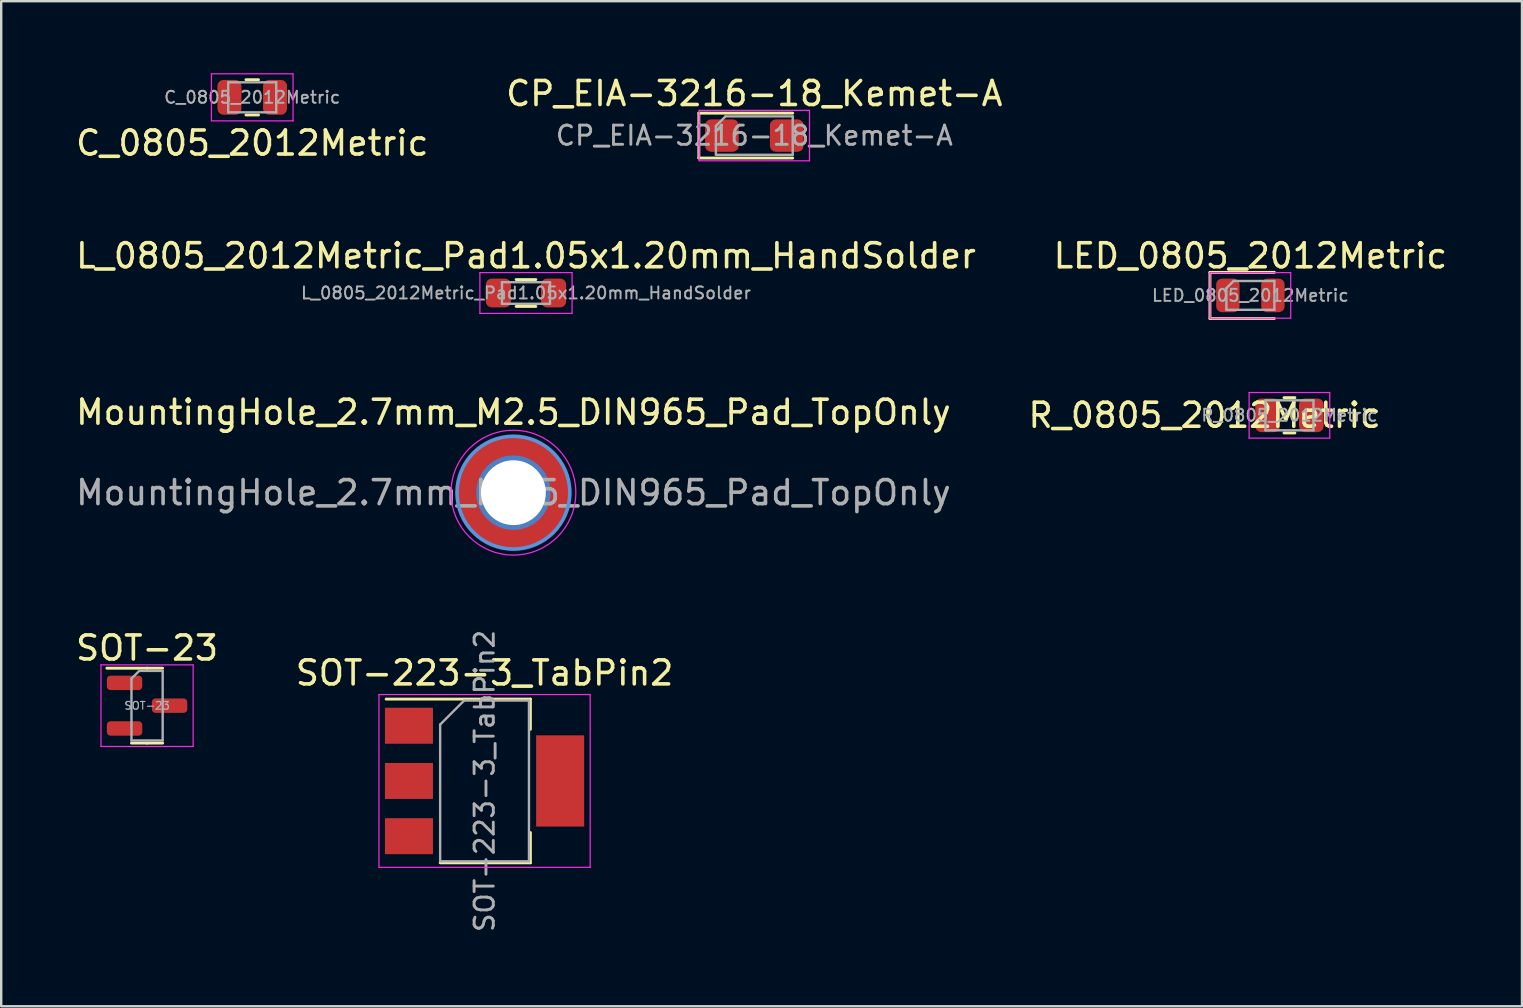
<source format=kicad_pcb>
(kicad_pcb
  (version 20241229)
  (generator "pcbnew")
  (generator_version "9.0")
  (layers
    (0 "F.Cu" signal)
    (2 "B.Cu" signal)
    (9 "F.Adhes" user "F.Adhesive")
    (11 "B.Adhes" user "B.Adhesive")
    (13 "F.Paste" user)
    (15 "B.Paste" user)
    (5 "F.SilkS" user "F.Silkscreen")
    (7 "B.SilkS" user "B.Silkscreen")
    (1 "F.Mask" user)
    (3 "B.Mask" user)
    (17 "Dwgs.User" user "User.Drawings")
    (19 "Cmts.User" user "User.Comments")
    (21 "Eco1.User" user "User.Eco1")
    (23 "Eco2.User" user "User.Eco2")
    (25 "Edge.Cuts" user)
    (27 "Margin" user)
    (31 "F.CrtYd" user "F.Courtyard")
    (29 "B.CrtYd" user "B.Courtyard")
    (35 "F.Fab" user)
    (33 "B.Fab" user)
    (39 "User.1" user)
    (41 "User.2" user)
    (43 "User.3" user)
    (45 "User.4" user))
  (footprint "R_0805_2012Metric"
    (layer "F.Cu")
    (at 50.669 14.252)
    (property "Reference" "R_0805_2012Metric" (at -3.533 0 0) (layer "F.SilkS") (effects (font (size 1 1) (thickness 0.15))))
    (attr smd)
    (fp_line (start -0.227 -0.735) (end 0.227 -0.735) (stroke (width 0.12) (type solid)) (layer "F.SilkS"))
    (fp_line (start -0.227 0.735) (end 0.227 0.735) (stroke (width 0.12) (type solid)) (layer "F.SilkS"))
    (fp_line (start -1.68 -0.95) (end 1.68 -0.95) (stroke (width 0.05) (type solid)) (layer "F.CrtYd"))
    (fp_line (start -1.68 0.95) (end -1.68 -0.95) (stroke (width 0.05) (type solid)) (layer "F.CrtYd"))
    (fp_line (start 1.68 -0.95) (end 1.68 0.95) (stroke (width 0.05) (type solid)) (layer "F.CrtYd"))
    (fp_line (start 1.68 0.95) (end -1.68 0.95) (stroke (width 0.05) (type solid)) (layer "F.CrtYd"))
    (fp_line (start -1 -0.625) (end 1 -0.625) (stroke (width 0.1) (type solid)) (layer "F.Fab"))
    (fp_line (start -1 0.625) (end -1 -0.625) (stroke (width 0.1) (type solid)) (layer "F.Fab"))
    (fp_line (start 1 -0.625) (end 1 0.625) (stroke (width 0.1) (type solid)) (layer "F.Fab"))
    (fp_line (start 1 0.625) (end -1 0.625) (stroke (width 0.1) (type solid)) (layer "F.Fab"))
    (fp_text user "${REFERENCE}" (at 0 0 0) (layer "F.Fab") (effects (font (size 0.5 0.5) (thickness 0.08))))
    (pad "1" smd roundrect (at -0.912 0) (size 1.025 1.4) (layers "F.Cu" "F.Mask" "F.Paste") (roundrect_rratio 0.244))
    (pad "2" smd roundrect (at 0.912 0) (size 1.025 1.4) (layers "F.Cu" "F.Mask" "F.Paste") (roundrect_rratio 0.244)))
  (footprint "LED_0805_2012Metric"
    (layer "F.Cu")
    (at 49.042 9.257)
    (property "Reference" "LED_0805_2012Metric" (at 0 -1.65 0) (layer "F.SilkS") (effects (font (size 1 1) (thickness 0.15))))
    (attr smd)
    (fp_line (start -1.685 -0.96) (end -1.685 0.96) (stroke (width 0.12) (type solid)) (layer "F.SilkS"))
    (fp_line (start -1.685 0.96) (end 1 0.96) (stroke (width 0.12) (type solid)) (layer "F.SilkS"))
    (fp_line (start 1 -0.96) (end -1.685 -0.96) (stroke (width 0.12) (type solid)) (layer "F.SilkS"))
    (fp_line (start -1.68 -0.95) (end 1.68 -0.95) (stroke (width 0.05) (type solid)) (layer "F.CrtYd"))
    (fp_line (start -1.68 0.95) (end -1.68 -0.95) (stroke (width 0.05) (type solid)) (layer "F.CrtYd"))
    (fp_line (start 1.68 -0.95) (end 1.68 0.95) (stroke (width 0.05) (type solid)) (layer "F.CrtYd"))
    (fp_line (start 1.68 0.95) (end -1.68 0.95) (stroke (width 0.05) (type solid)) (layer "F.CrtYd"))
    (fp_line (start -1 -0.3) (end -1 0.6) (stroke (width 0.1) (type solid)) (layer "F.Fab"))
    (fp_line (start -1 0.6) (end 1 0.6) (stroke (width 0.1) (type solid)) (layer "F.Fab"))
    (fp_line (start -0.7 -0.6) (end -1 -0.3) (stroke (width 0.1) (type solid)) (layer "F.Fab"))
    (fp_line (start 1 -0.6) (end -0.7 -0.6) (stroke (width 0.1) (type solid)) (layer "F.Fab"))
    (fp_line (start 1 0.6) (end 1 -0.6) (stroke (width 0.1) (type solid)) (layer "F.Fab"))
    (fp_text user "${REFERENCE}" (at 0 0 0) (layer "F.Fab") (effects (font (size 0.5 0.5) (thickness 0.08))))
    (pad "1" smd roundrect (at -0.938 0) (size 0.975 1.4) (layers "F.Cu" "F.Mask" "F.Paste") (roundrect_rratio 0.25))
    (pad "2" smd roundrect (at 0.938 0) (size 0.975 1.4) (layers "F.Cu" "F.Mask" "F.Paste") (roundrect_rratio 0.25)))
  (footprint "SOT-223-3_TabPin2"
    (layer "F.Cu")
    (at 17.137 29.485)
    (property "Reference" "SOT-223-3_TabPin2" (at 0 -4.5 0) (layer "F.SilkS") (effects (font (size 1 1) (thickness 0.15))))
    (attr smd)
    (fp_line (start -4.1 -3.41) (end 1.91 -3.41) (stroke (width 0.12) (type solid)) (layer "F.SilkS"))
    (fp_line (start -1.85 3.41) (end 1.91 3.41) (stroke (width 0.12) (type solid)) (layer "F.SilkS"))
    (fp_line (start 1.91 -3.41) (end 1.91 -2.15) (stroke (width 0.12) (type solid)) (layer "F.SilkS"))
    (fp_line (start 1.91 3.41) (end 1.91 2.15) (stroke (width 0.12) (type solid)) (layer "F.SilkS"))
    (fp_line (start -4.4 -3.6) (end -4.4 3.6) (stroke (width 0.05) (type solid)) (layer "F.CrtYd"))
    (fp_line (start -4.4 3.6) (end 4.4 3.6) (stroke (width 0.05) (type solid)) (layer "F.CrtYd"))
    (fp_line (start 4.4 -3.6) (end -4.4 -3.6) (stroke (width 0.05) (type solid)) (layer "F.CrtYd"))
    (fp_line (start 4.4 3.6) (end 4.4 -3.6) (stroke (width 0.05) (type solid)) (layer "F.CrtYd"))
    (fp_line (start -1.85 -2.35) (end -1.85 3.35) (stroke (width 0.1) (type solid)) (layer "F.Fab"))
    (fp_line (start -1.85 -2.35) (end -0.85 -3.35) (stroke (width 0.1) (type solid)) (layer "F.Fab"))
    (fp_line (start -1.85 3.35) (end 1.85 3.35) (stroke (width 0.1) (type solid)) (layer "F.Fab"))
    (fp_line (start -0.85 -3.35) (end 1.85 -3.35) (stroke (width 0.1) (type solid)) (layer "F.Fab"))
    (fp_line (start 1.85 -3.35) (end 1.85 3.35) (stroke (width 0.1) (type solid)) (layer "F.Fab"))
    (fp_text user "${REFERENCE}" (at 0 0 90) (layer "F.Fab") (effects (font (size 0.8 0.8) (thickness 0.12))))
    (pad "1" smd rect (at -3.15 -2.3) (size 2 1.5) (layers "F.Cu" "F.Mask" "F.Paste"))
    (pad "2" smd rect (at -3.15 0) (size 2 1.5) (layers "F.Cu" "F.Mask" "F.Paste"))
    (pad "2" smd rect (at 3.15 0) (size 2 3.8) (layers "F.Cu" "F.Mask" "F.Paste"))
    (pad "3" smd rect (at -3.15 2.3) (size 2 1.5) (layers "F.Cu" "F.Mask" "F.Paste")))
  (footprint "L_0805_2012Metric_Pad1.05x1.20mm_HandSolder"
    (layer "F.Cu")
    (at 18.863 9.156)
    (property "Reference" "L_0805_2012Metric_Pad1.05x1.20mm_HandSolder" (at 0 -1.55 0) (layer "F.SilkS") (effects (font (size 1 1) (thickness 0.15))))
    (attr smd)
    (fp_line (start -0.41 -0.56) (end 0.41 -0.56) (stroke (width 0.12) (type solid)) (layer "F.SilkS"))
    (fp_line (start -0.41 0.56) (end 0.41 0.56) (stroke (width 0.12) (type solid)) (layer "F.SilkS"))
    (fp_line (start -1.92 -0.85) (end 1.92 -0.85) (stroke (width 0.05) (type solid)) (layer "F.CrtYd"))
    (fp_line (start -1.92 0.85) (end -1.92 -0.85) (stroke (width 0.05) (type solid)) (layer "F.CrtYd"))
    (fp_line (start 1.92 -0.85) (end 1.92 0.85) (stroke (width 0.05) (type solid)) (layer "F.CrtYd"))
    (fp_line (start 1.92 0.85) (end -1.92 0.85) (stroke (width 0.05) (type solid)) (layer "F.CrtYd"))
    (fp_line (start -1 -0.45) (end 1 -0.45) (stroke (width 0.1) (type solid)) (layer "F.Fab"))
    (fp_line (start -1 0.45) (end -1 -0.45) (stroke (width 0.1) (type solid)) (layer "F.Fab"))
    (fp_line (start 1 -0.45) (end 1 0.45) (stroke (width 0.1) (type solid)) (layer "F.Fab"))
    (fp_line (start 1 0.45) (end -1 0.45) (stroke (width 0.1) (type solid)) (layer "F.Fab"))
    (fp_text user "${REFERENCE}" (at 0 0 0) (layer "F.Fab") (effects (font (size 0.5 0.5) (thickness 0.08))))
    (pad "1" smd roundrect (at -1.15 0) (size 1.05 1.2) (layers "F.Cu" "F.Mask" "F.Paste") (roundrect_rratio 0.238))
    (pad "2" smd roundrect (at 1.15 0) (size 1.05 1.2) (layers "F.Cu" "F.Mask" "F.Paste") (roundrect_rratio 0.238)))
  (footprint "MountingHole_2.7mm_M2.5_DIN965_Pad_TopOnly"
    (layer "F.Cu")
    (at 18.339 17.475)
    (property "Reference" "MountingHole_2.7mm_M2.5_DIN965_Pad_TopOnly" (at 0 -3.35 0) (layer "F.SilkS") (effects (font (size 1 1) (thickness 0.15))))
    (attr exclude_from_pos_files)
    (fp_circle (center 0 0) (end 2.35 0) (stroke (width 0.15) (type solid)) (fill no) (layer "Cmts.User"))
    (fp_circle (center 0 0) (end 2.6 0) (stroke (width 0.05) (type solid)) (fill no) (layer "F.CrtYd"))
    (fp_text user "${REFERENCE}" (at 0 0 0) (layer "F.Fab") (effects (font (size 1 1) (thickness 0.15))))
    (pad "1" thru_hole circle (at 0 0 180) (size 3.1 3.1) (drill 2.7) (layers "*.Cu" "*.Mask"))
    (pad "1" connect circle (at 0 0 180) (size 4.7 4.7) (layers "F.Cu" "F.Mask")))
  (footprint "C_0805_2012Metric"
    (layer "F.Cu")
    (at 7.458 1.005)
    (property "Reference" "C_0805_2012Metric" (at 0 1.905 0) (layer "F.SilkS") (effects (font (size 1 1) (thickness 0.15))))
    (attr smd)
    (fp_line (start -0.261 -0.735) (end 0.261 -0.735) (stroke (width 0.12) (type solid)) (layer "F.SilkS"))
    (fp_line (start -0.261 0.735) (end 0.261 0.735) (stroke (width 0.12) (type solid)) (layer "F.SilkS"))
    (fp_line (start -1.7 -0.98) (end 1.7 -0.98) (stroke (width 0.05) (type solid)) (layer "F.CrtYd"))
    (fp_line (start -1.7 0.98) (end -1.7 -0.98) (stroke (width 0.05) (type solid)) (layer "F.CrtYd"))
    (fp_line (start 1.7 -0.98) (end 1.7 0.98) (stroke (width 0.05) (type solid)) (layer "F.CrtYd"))
    (fp_line (start 1.7 0.98) (end -1.7 0.98) (stroke (width 0.05) (type solid)) (layer "F.CrtYd"))
    (fp_line (start -1 -0.625) (end 1 -0.625) (stroke (width 0.1) (type solid)) (layer "F.Fab"))
    (fp_line (start -1 0.625) (end -1 -0.625) (stroke (width 0.1) (type solid)) (layer "F.Fab"))
    (fp_line (start 1 -0.625) (end 1 0.625) (stroke (width 0.1) (type solid)) (layer "F.Fab"))
    (fp_line (start 1 0.625) (end -1 0.625) (stroke (width 0.1) (type solid)) (layer "F.Fab"))
    (fp_text user "${REFERENCE}" (at 0 0 0) (layer "F.Fab") (effects (font (size 0.5 0.5) (thickness 0.08))))
    (pad "1" smd roundrect (at -0.95 0) (size 1 1.45) (layers "F.Cu" "F.Mask" "F.Paste") (roundrect_rratio 0.25))
    (pad "2" smd roundrect (at 0.95 0) (size 1 1.45) (layers "F.Cu" "F.Mask" "F.Paste") (roundrect_rratio 0.25)))
  (footprint "SOT-23"
    (layer "F.Cu")
    (at 3.077 26.348)
    (property "Reference" "SOT-23" (at 0 -2.4 0) (layer "F.SilkS") (effects (font (size 1 1) (thickness 0.15))))
    (attr smd)
    (fp_line (start 0 -1.56) (end -1.675 -1.56) (stroke (width 0.12) (type solid)) (layer "F.SilkS"))
    (fp_line (start 0 -1.56) (end 0.65 -1.56) (stroke (width 0.12) (type solid)) (layer "F.SilkS"))
    (fp_line (start 0 1.56) (end -0.65 1.56) (stroke (width 0.12) (type solid)) (layer "F.SilkS"))
    (fp_line (start 0 1.56) (end 0.65 1.56) (stroke (width 0.12) (type solid)) (layer "F.SilkS"))
    (fp_line (start -1.92 -1.7) (end -1.92 1.7) (stroke (width 0.05) (type solid)) (layer "F.CrtYd"))
    (fp_line (start -1.92 1.7) (end 1.92 1.7) (stroke (width 0.05) (type solid)) (layer "F.CrtYd"))
    (fp_line (start 1.92 -1.7) (end -1.92 -1.7) (stroke (width 0.05) (type solid)) (layer "F.CrtYd"))
    (fp_line (start 1.92 1.7) (end 1.92 -1.7) (stroke (width 0.05) (type solid)) (layer "F.CrtYd"))
    (fp_line (start -0.65 -1.125) (end -0.325 -1.45) (stroke (width 0.1) (type solid)) (layer "F.Fab"))
    (fp_line (start -0.65 1.45) (end -0.65 -1.125) (stroke (width 0.1) (type solid)) (layer "F.Fab"))
    (fp_line (start -0.325 -1.45) (end 0.65 -1.45) (stroke (width 0.1) (type solid)) (layer "F.Fab"))
    (fp_line (start 0.65 -1.45) (end 0.65 1.45) (stroke (width 0.1) (type solid)) (layer "F.Fab"))
    (fp_line (start 0.65 1.45) (end -0.65 1.45) (stroke (width 0.1) (type solid)) (layer "F.Fab"))
    (fp_text user "${REFERENCE}" (at 0 0 0) (layer "F.Fab") (effects (font (size 0.32 0.32) (thickness 0.05))))
    (pad "1" smd roundrect (at -0.938 -0.95) (size 1.475 0.6) (layers "F.Cu" "F.Mask" "F.Paste") (roundrect_rratio 0.25))
    (pad "2" smd roundrect (at -0.938 0.95) (size 1.475 0.6) (layers "F.Cu" "F.Mask" "F.Paste") (roundrect_rratio 0.25))
    (pad "3" smd roundrect (at 0.938 0) (size 1.475 0.6) (layers "F.Cu" "F.Mask" "F.Paste") (roundrect_rratio 0.25)))
  (footprint "CP_EIA-3216-18_Kemet-A"
    (layer "F.Cu")
    (at 28.375 2.598)
    (property "Reference" "CP_EIA-3216-18_Kemet-A" (at 0 -1.75 0) (layer "F.SilkS") (effects (font (size 1 1) (thickness 0.15))))
    (attr smd)
    (fp_line (start -2.31 -0.935) (end -2.31 0.935) (stroke (width 0.12) (type solid)) (layer "F.SilkS"))
    (fp_line (start -2.31 0.935) (end 1.6 0.935) (stroke (width 0.12) (type solid)) (layer "F.SilkS"))
    (fp_line (start 1.6 -0.935) (end -2.31 -0.935) (stroke (width 0.12) (type solid)) (layer "F.SilkS"))
    (fp_line (start -2.3 -1.05) (end 2.3 -1.05) (stroke (width 0.05) (type solid)) (layer "F.CrtYd"))
    (fp_line (start -2.3 1.05) (end -2.3 -1.05) (stroke (width 0.05) (type solid)) (layer "F.CrtYd"))
    (fp_line (start 2.3 -1.05) (end 2.3 1.05) (stroke (width 0.05) (type solid)) (layer "F.CrtYd"))
    (fp_line (start 2.3 1.05) (end -2.3 1.05) (stroke (width 0.05) (type solid)) (layer "F.CrtYd"))
    (fp_line (start -1.6 -0.4) (end -1.6 0.8) (stroke (width 0.1) (type solid)) (layer "F.Fab"))
    (fp_line (start -1.6 0.8) (end 1.6 0.8) (stroke (width 0.1) (type solid)) (layer "F.Fab"))
    (fp_line (start -1.2 -0.8) (end -1.6 -0.4) (stroke (width 0.1) (type solid)) (layer "F.Fab"))
    (fp_line (start 1.6 -0.8) (end -1.2 -0.8) (stroke (width 0.1) (type solid)) (layer "F.Fab"))
    (fp_line (start 1.6 0.8) (end 1.6 -0.8) (stroke (width 0.1) (type solid)) (layer "F.Fab"))
    (fp_text user "${REFERENCE}" (at 0 0 0) (layer "F.Fab") (effects (font (size 0.8 0.8) (thickness 0.12))))
    (pad "1" smd roundrect (at -1.35 0) (size 1.4 1.35) (layers "F.Cu" "F.Mask" "F.Paste") (roundrect_rratio 0.185))
    (pad "2" smd roundrect (at 1.35 0) (size 1.4 1.35) (layers "F.Cu" "F.Mask" "F.Paste") (roundrect_rratio 0.185)))
  (gr_rect
    (start -3 -3)
    (end 60.357 38.871)
    (stroke (width 0.1) (type default))
    (fill no)
    (layer "Edge.Cuts")))
</source>
